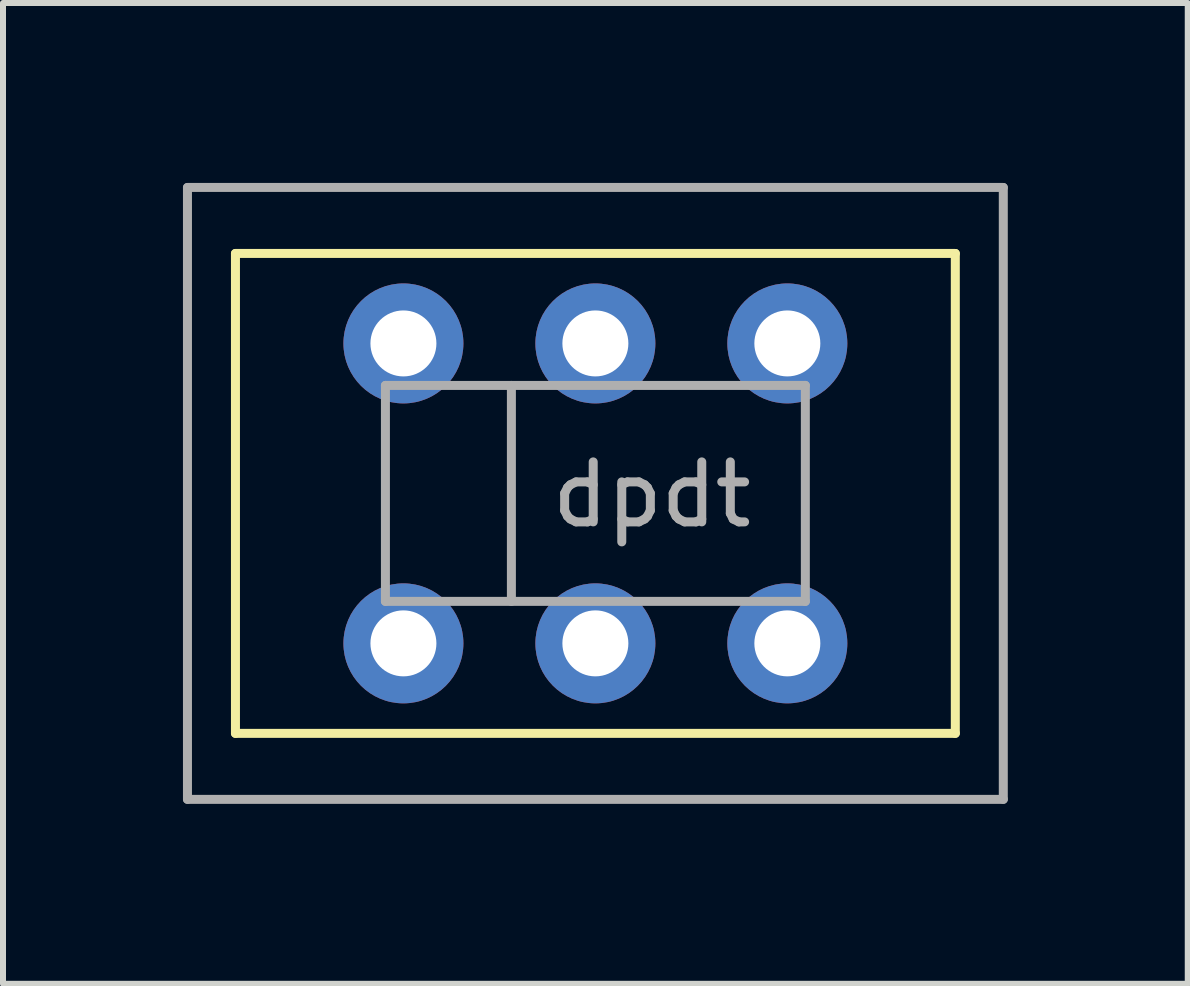
<source format=kicad_pcb>
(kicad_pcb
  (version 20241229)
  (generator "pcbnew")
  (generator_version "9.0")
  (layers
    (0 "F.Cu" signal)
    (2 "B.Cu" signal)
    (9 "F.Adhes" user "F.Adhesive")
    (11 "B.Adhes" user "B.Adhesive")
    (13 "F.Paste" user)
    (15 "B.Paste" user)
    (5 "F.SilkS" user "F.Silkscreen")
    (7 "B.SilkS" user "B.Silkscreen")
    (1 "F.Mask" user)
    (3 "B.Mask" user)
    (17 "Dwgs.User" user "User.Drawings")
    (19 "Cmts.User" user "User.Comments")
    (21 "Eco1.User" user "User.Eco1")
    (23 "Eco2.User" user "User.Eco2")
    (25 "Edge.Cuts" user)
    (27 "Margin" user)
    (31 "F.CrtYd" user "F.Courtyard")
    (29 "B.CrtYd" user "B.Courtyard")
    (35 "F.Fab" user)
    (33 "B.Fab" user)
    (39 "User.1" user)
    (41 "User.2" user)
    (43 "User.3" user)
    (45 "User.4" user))
  (footprint "dpdt"
    (layer "F.Cu")
    (at 6.875 5.175)
    (property "Reference" "dpdt" (at 0.94 0.02 0) (layer "F.Fab") (effects (font (size 1 1) (thickness 0.15))))
    (attr through_hole)
    (fp_line (start -6 -4) (end 6 -4) (stroke (width 0.15) (type solid)) (layer "F.SilkS"))
    (fp_line (start -6 4) (end -6 -4) (stroke (width 0.15) (type solid)) (layer "F.SilkS"))
    (fp_line (start 6 -4) (end 6 4) (stroke (width 0.15) (type solid)) (layer "F.SilkS"))
    (fp_line (start 6 4) (end -6 4) (stroke (width 0.15) (type solid)) (layer "F.SilkS"))
    (fp_line (start -6.8 -5.1) (end -6.8 5.1) (stroke (width 0.15) (type solid)) (layer "F.Fab"))
    (fp_line (start -6.8 5.1) (end 6.8 5.1) (stroke (width 0.15) (type solid)) (layer "F.Fab"))
    (fp_line (start -3.5 -1.8) (end 3.5 -1.8) (stroke (width 0.15) (type solid)) (layer "F.Fab"))
    (fp_line (start -3.5 1.8) (end -3.5 -1.8) (stroke (width 0.15) (type solid)) (layer "F.Fab"))
    (fp_line (start -1.4 -1.8) (end -1.4 1.8) (stroke (width 0.15) (type solid)) (layer "F.Fab"))
    (fp_line (start 3.5 -1.8) (end 3.5 1.8) (stroke (width 0.15) (type solid)) (layer "F.Fab"))
    (fp_line (start 3.5 1.8) (end -3.5 1.8) (stroke (width 0.15) (type solid)) (layer "F.Fab"))
    (fp_line (start 6.8 -5.1) (end -6.8 -5.1) (stroke (width 0.15) (type solid)) (layer "F.Fab"))
    (fp_line (start 6.8 5.1) (end 6.8 -5.1) (stroke (width 0.15) (type solid)) (layer "F.Fab"))
    (pad "1" thru_hole circle (at -3.2 -2.5) (size 2 2) (drill 1.1) (layers "*.Cu" "*.Mask"))
    (pad "2" thru_hole circle (at 0 -2.5) (size 2 2) (drill 1.1) (layers "*.Cu" "*.Mask"))
    (pad "3" thru_hole circle (at 3.2 -2.5) (size 2 2) (drill 1.1) (layers "*.Cu" "*.Mask"))
    (pad "4" thru_hole circle (at -3.2 2.5) (size 2 2) (drill 1.1) (layers "*.Cu" "*.Mask"))
    (pad "5" thru_hole circle (at 0 2.5) (size 2 2) (drill 1.1) (layers "*.Cu" "*.Mask"))
    (pad "6" thru_hole circle (at 3.2 2.5) (size 2 2) (drill 1.1) (layers "*.Cu" "*.Mask")))
  (gr_rect
    (start -3 -3)
    (end 16.75 13.35)
    (stroke (width 0.1) (type default))
    (fill no)
    (layer "Edge.Cuts")))
</source>
